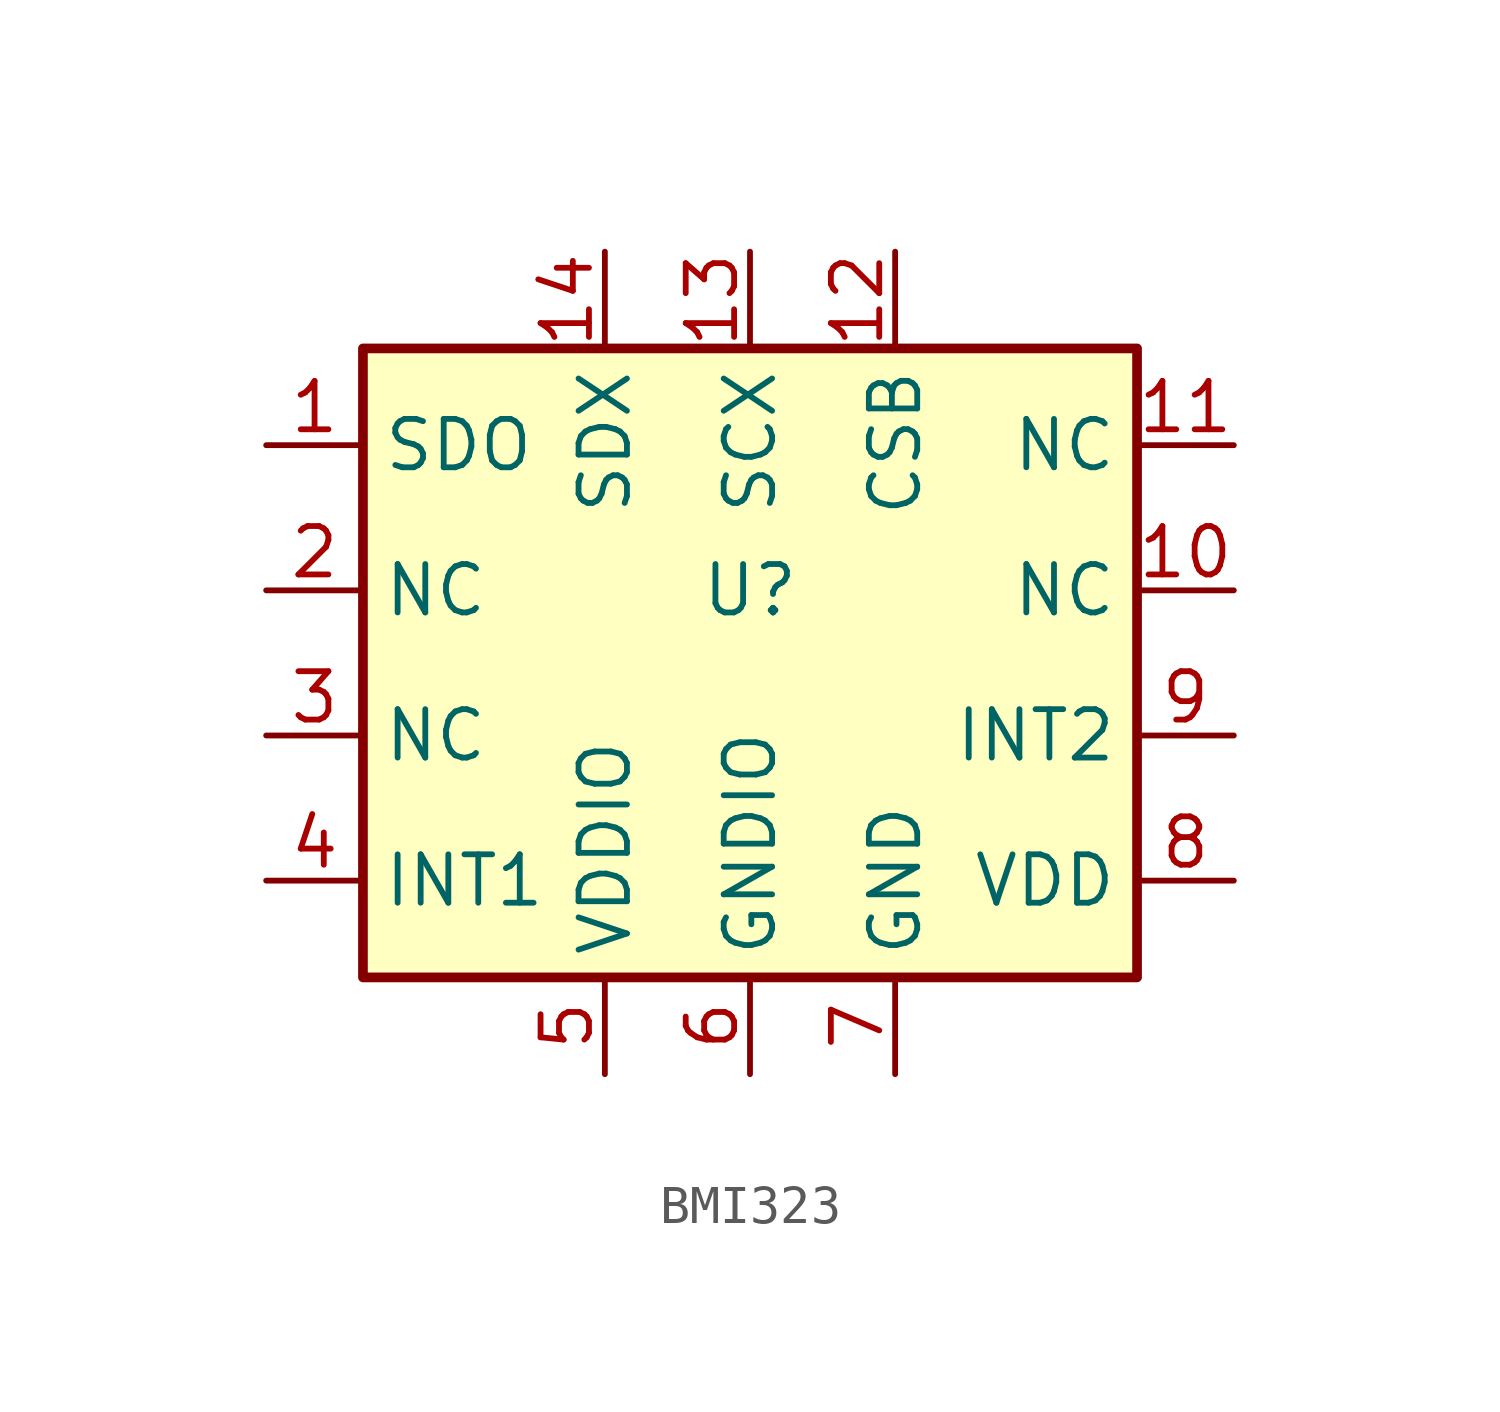
<source format=kicad_sym>
(kicad_symbol_lib
  (version 20231120)
  (generator "kicad_symbol_editor")
  (generator_version "8.0")
  (symbol "BMI323"
    (property "Reference" "U"
      (at 0 0 0)
      (effects (font (size 1.27 1.27))))
    (property "Value" ""
      (at 0 0 0)
      (effects (font (size 1.27 1.27))))
    (symbol "BMI323_1_1"
      (rectangle (start -10.16 6.35) (end 10.16 -10.16) (stroke (width 0.254) (type default)) (fill (type background)))
      (pin bidirectional line (at -12.7 3.81 0) (length 2.54) (name "SDO" (effects (font (size 1.27 1.27)))) (number "1" (effects (font (size 1.27 1.27)))))
      (pin bidirectional line (at 12.7 0 180) (length 2.54) (name "NC" (effects (font (size 1.27 1.27)))) (number "10" (effects (font (size 1.27 1.27)))))
      (pin bidirectional line (at 12.7 3.81 180) (length 2.54) (name "NC" (effects (font (size 1.27 1.27)))) (number "11" (effects (font (size 1.27 1.27)))))
      (pin input line (at 3.81 8.89 270) (length 2.54) (name "CSB" (effects (font (size 1.27 1.27)))) (number "12" (effects (font (size 1.27 1.27)))))
      (pin input line (at 0 8.89 270) (length 2.54) (name "SCX" (effects (font (size 1.27 1.27)))) (number "13" (effects (font (size 1.27 1.27)))))
      (pin bidirectional line (at -3.81 8.89 270) (length 2.54) (name "SDX" (effects (font (size 1.27 1.27)))) (number "14" (effects (font (size 1.27 1.27)))))
      (pin bidirectional line (at -12.7 0 0) (length 2.54) (name "NC" (effects (font (size 1.27 1.27)))) (number "2" (effects (font (size 1.27 1.27)))))
      (pin bidirectional line (at -12.7 -3.81 0) (length 2.54) (name "NC" (effects (font (size 1.27 1.27)))) (number "3" (effects (font (size 1.27 1.27)))))
      (pin bidirectional line (at -12.7 -7.62 0) (length 2.54) (name "INT1" (effects (font (size 1.27 1.27)))) (number "4" (effects (font (size 1.27 1.27)))))
      (pin power_in line (at -3.81 -12.7 90) (length 2.54) (name "VDDIO" (effects (font (size 1.27 1.27)))) (number "5" (effects (font (size 1.27 1.27)))))
      (pin power_in line (at 0 -12.7 90) (length 2.54) (name "GNDIO" (effects (font (size 1.27 1.27)))) (number "6" (effects (font (size 1.27 1.27)))))
      (pin power_in line (at 3.81 -12.7 90) (length 2.54) (name "GND" (effects (font (size 1.27 1.27)))) (number "7" (effects (font (size 1.27 1.27)))))
      (pin power_in line (at 12.7 -7.62 180) (length 2.54) (name "VDD" (effects (font (size 1.27 1.27)))) (number "8" (effects (font (size 1.27 1.27)))))
      (pin bidirectional line (at 12.7 -3.81 180) (length 2.54) (name "INT2" (effects (font (size 1.27 1.27)))) (number "9" (effects (font (size 1.27 1.27))))))))
</source>
